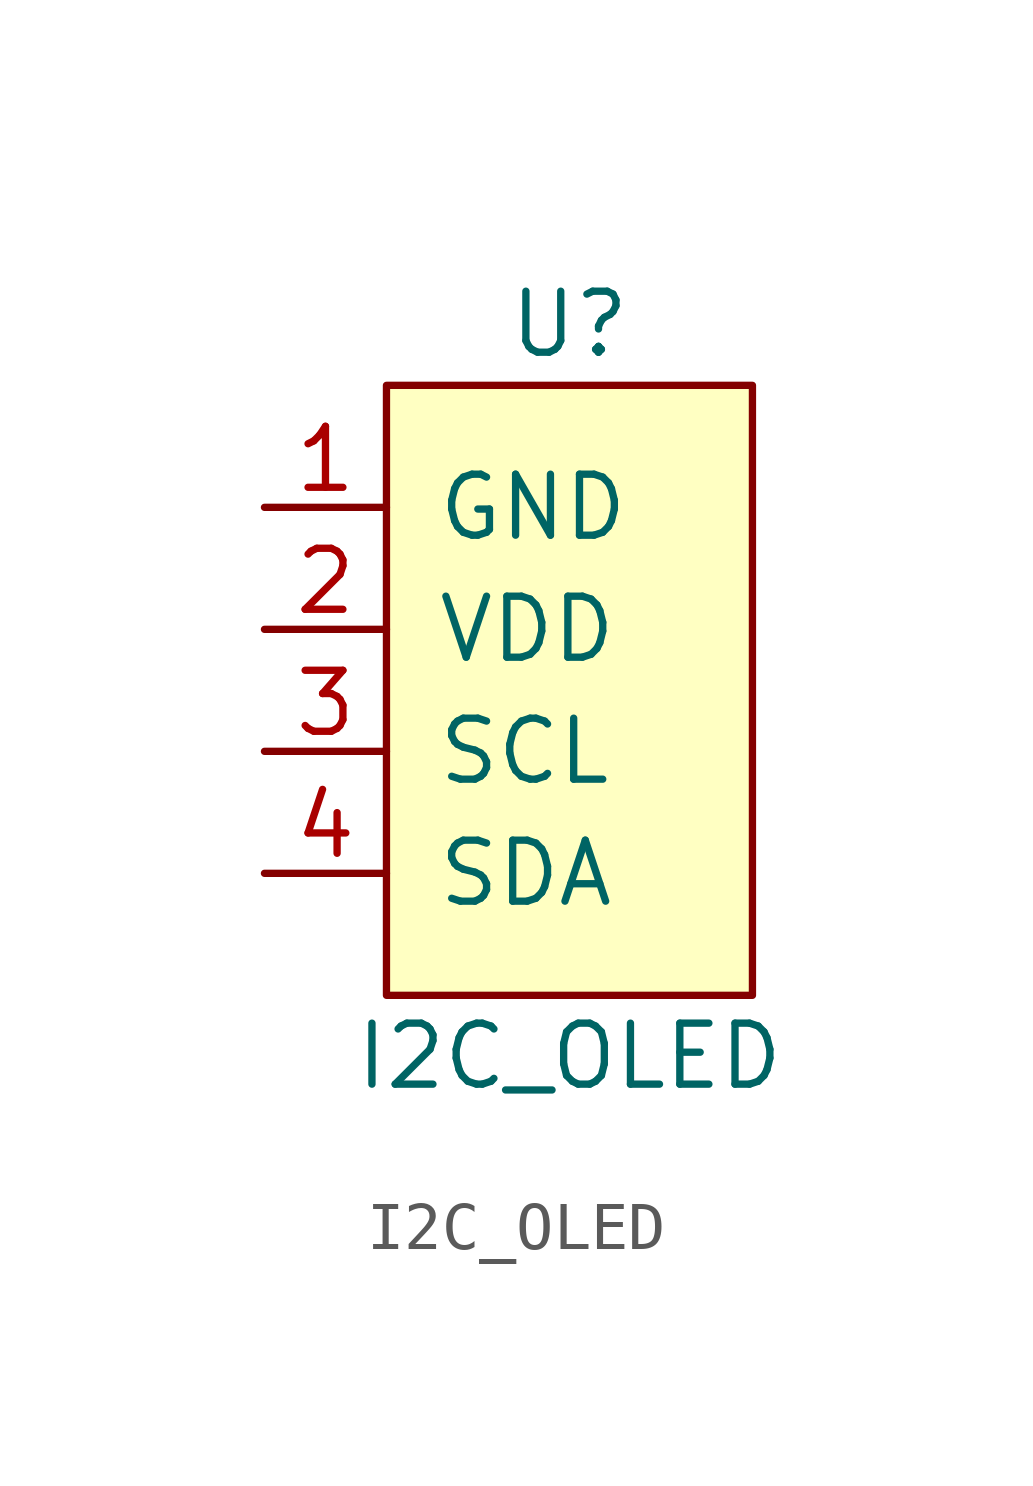
<source format=kicad_sym>
(kicad_symbol_lib
  (version 20220914)
  (generator kicad_symbol_editor)
  (symbol "I2C_OLED"
    (pin_names
      (offset 1.016))
    (property "Reference" "U"
      (at 0 7.62 0)
      (effects (font (size 1.27 1.27))))
    (property "Value" "I2C_OLED"
      (at 0 -7.62 0)
      (effects (font (size 1.27 1.27))))
    (symbol "I2C_OLED_0_1"
      (rectangle (start -3.81 6.35) (end 3.81 -6.35) (stroke (width 0) (type default)) (fill (type background))))
    (symbol "I2C_OLED_1_1"
      (pin power_in line (at -6.35 3.81 0) (length 2.54) (name "GND" (effects (font (size 1.27 1.27)))) (number "1" (effects (font (size 1.27 1.27)))))
      (pin power_in line (at -6.35 1.27 0) (length 2.54) (name "VDD" (effects (font (size 1.27 1.27)))) (number "2" (effects (font (size 1.27 1.27)))))
      (pin input line (at -6.35 -1.27 0) (length 2.54) (name "SCL" (effects (font (size 1.27 1.27)))) (number "3" (effects (font (size 1.27 1.27)))))
      (pin bidirectional line (at -6.35 -3.81 0) (length 2.54) (name "SDA" (effects (font (size 1.27 1.27)))) (number "4" (effects (font (size 1.27 1.27))))))))
</source>
